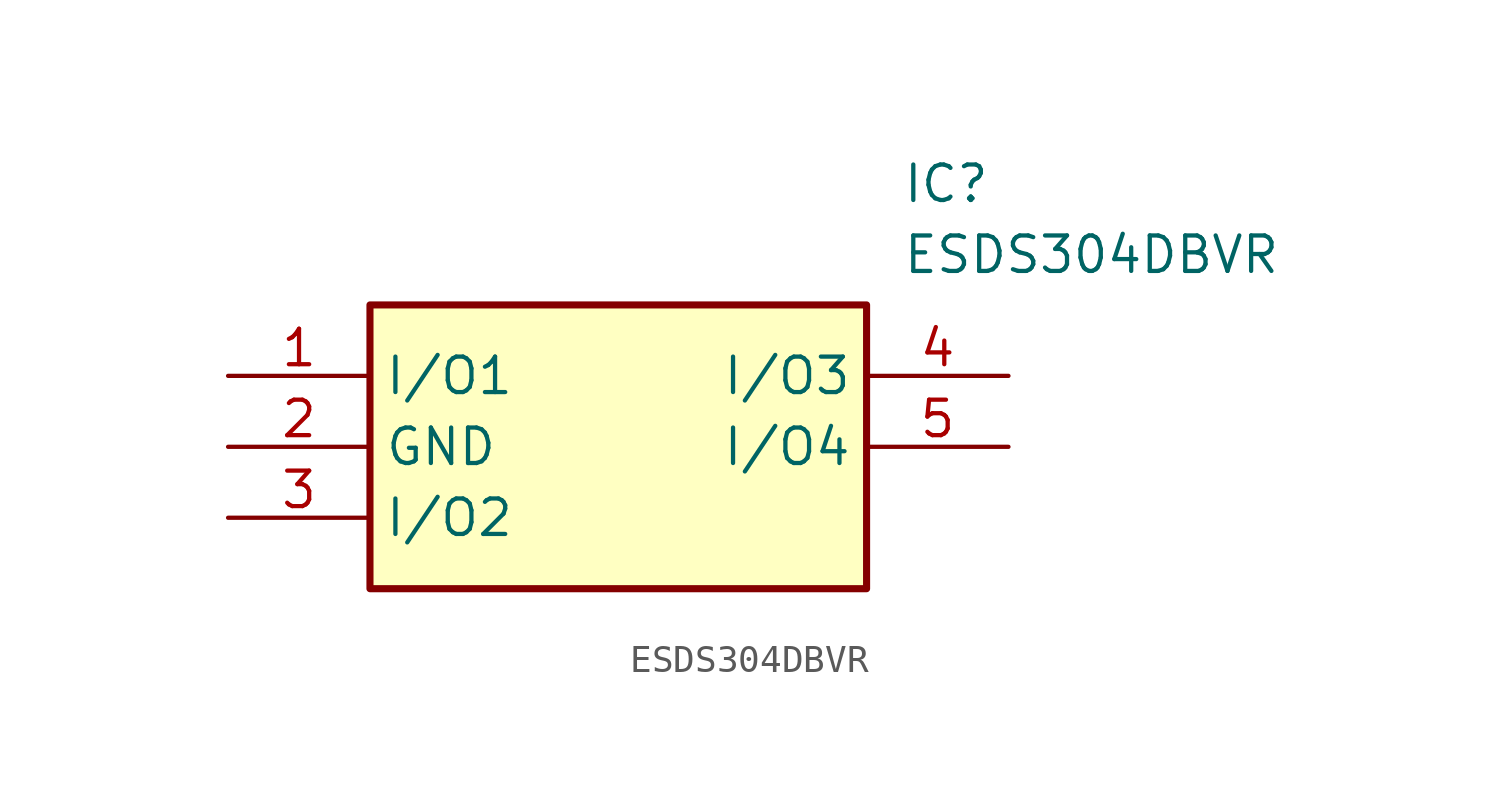
<source format=kicad_sym>
(kicad_symbol_lib
  (version 20220914)
  (generator kicad_symbol_editor)
  (symbol "ESDS304DBVR"
    (property "Reference" "IC"
      (at 24.13 7.62 0)
      (effects (font (size 1.27 1.27)) (justify left top)))
    (property "Value" "ESDS304DBVR"
      (at 24.13 5.08 0)
      (effects (font (size 1.27 1.27)) (justify left top)))
    (symbol "ESDS304DBVR_1_1"
      (rectangle (start 5.08 2.54) (end 22.86 -7.62) (stroke (width 0.254) (type default)) (fill (type background)))
      (pin passive line (at 0 0 0) (length 5.08) (name "I/O1" (effects (font (size 1.27 1.27)))) (number "1" (effects (font (size 1.27 1.27)))))
      (pin passive line (at 0 -2.54 0) (length 5.08) (name "GND" (effects (font (size 1.27 1.27)))) (number "2" (effects (font (size 1.27 1.27)))))
      (pin passive line (at 0 -5.08 0) (length 5.08) (name "I/O2" (effects (font (size 1.27 1.27)))) (number "3" (effects (font (size 1.27 1.27)))))
      (pin passive line (at 27.94 0 180) (length 5.08) (name "I/O3" (effects (font (size 1.27 1.27)))) (number "4" (effects (font (size 1.27 1.27)))))
      (pin passive line (at 27.94 -2.54 180) (length 5.08) (name "I/O4" (effects (font (size 1.27 1.27)))) (number "5" (effects (font (size 1.27 1.27))))))))
</source>
